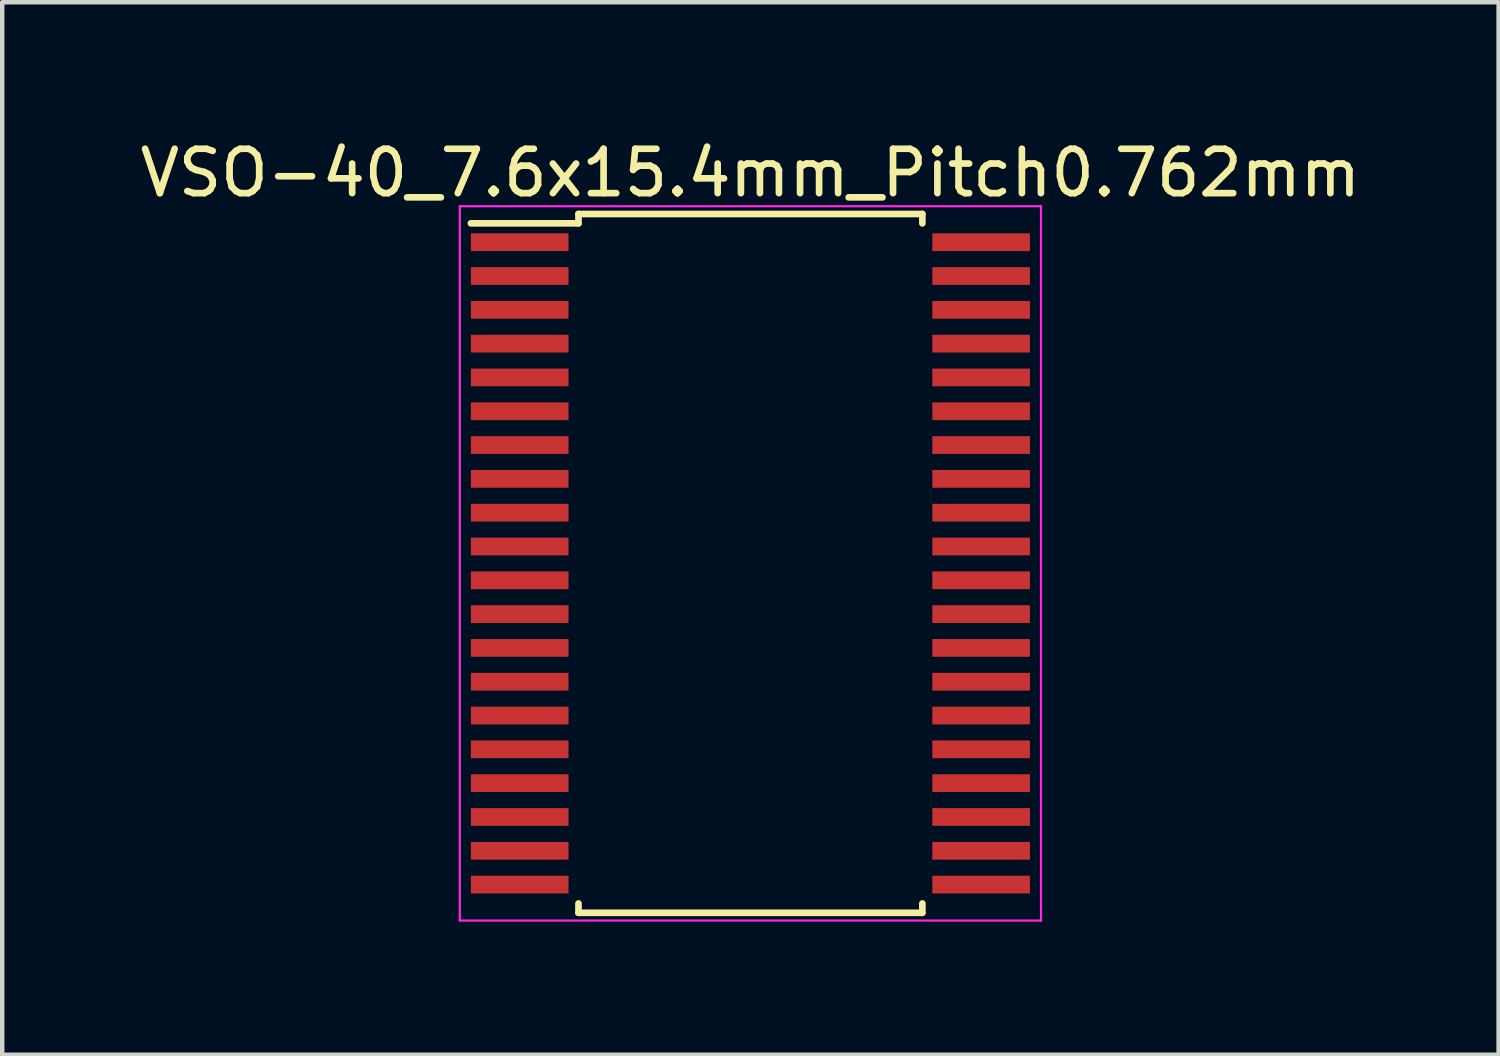
<source format=kicad_pcb>
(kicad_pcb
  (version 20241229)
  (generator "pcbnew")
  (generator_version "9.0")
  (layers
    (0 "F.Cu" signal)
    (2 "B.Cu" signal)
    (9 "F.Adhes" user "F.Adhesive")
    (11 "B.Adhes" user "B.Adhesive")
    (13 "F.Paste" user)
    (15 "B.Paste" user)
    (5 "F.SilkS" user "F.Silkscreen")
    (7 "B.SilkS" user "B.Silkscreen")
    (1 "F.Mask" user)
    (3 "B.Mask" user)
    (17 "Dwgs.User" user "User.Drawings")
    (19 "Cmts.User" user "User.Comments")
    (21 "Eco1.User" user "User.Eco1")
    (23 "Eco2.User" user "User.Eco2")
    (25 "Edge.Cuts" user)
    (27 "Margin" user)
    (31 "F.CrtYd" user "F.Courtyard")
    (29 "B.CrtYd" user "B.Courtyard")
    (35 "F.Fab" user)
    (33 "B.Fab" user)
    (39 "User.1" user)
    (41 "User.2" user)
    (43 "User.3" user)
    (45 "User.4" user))
  (footprint "VSO-40_7.6x15.4mm_Pitch0.762mm"
    (layer "F.Cu")
    (at 13.863 9.648)
    (property "Reference" "VSO-40_7.6x15.4mm_Pitch0.762mm" (at 0 -8.8 0) (layer "F.SilkS") (effects (font (size 1 1) (thickness 0.15))))
    (attr smd)
    (fp_line (start -3.875 -7.875) (end -3.875 -7.664) (stroke (width 0.15) (type solid)) (layer "F.SilkS"))
    (fp_line (start -3.875 -7.875) (end 3.875 -7.875) (stroke (width 0.15) (type solid)) (layer "F.SilkS"))
    (fp_line (start -3.875 -7.664) (end -6.3 -7.664) (stroke (width 0.15) (type solid)) (layer "F.SilkS"))
    (fp_line (start -3.875 7.875) (end -3.875 7.664) (stroke (width 0.15) (type solid)) (layer "F.SilkS"))
    (fp_line (start -3.875 7.875) (end 3.875 7.875) (stroke (width 0.15) (type solid)) (layer "F.SilkS"))
    (fp_line (start 3.875 -7.875) (end 3.875 -7.664) (stroke (width 0.15) (type solid)) (layer "F.SilkS"))
    (fp_line (start 3.875 7.875) (end 3.875 7.664) (stroke (width 0.15) (type solid)) (layer "F.SilkS"))
    (fp_line (start -6.55 -8.05) (end -6.55 8.05) (stroke (width 0.05) (type solid)) (layer "F.CrtYd"))
    (fp_line (start -6.55 -8.05) (end 6.55 -8.05) (stroke (width 0.05) (type solid)) (layer "F.CrtYd"))
    (fp_line (start -6.55 8.05) (end 6.55 8.05) (stroke (width 0.05) (type solid)) (layer "F.CrtYd"))
    (fp_line (start 6.55 -8.05) (end 6.55 8.05) (stroke (width 0.05) (type solid)) (layer "F.CrtYd"))
    (pad "1" smd rect (at -5.2 -7.239) (size 2.2 0.4) (layers "F.Cu" "F.Mask" "F.Paste"))
    (pad "2" smd rect (at -5.2 -6.477) (size 2.2 0.4) (layers "F.Cu" "F.Mask" "F.Paste"))
    (pad "3" smd rect (at -5.2 -5.715) (size 2.2 0.4) (layers "F.Cu" "F.Mask" "F.Paste"))
    (pad "4" smd rect (at -5.2 -4.953) (size 2.2 0.4) (layers "F.Cu" "F.Mask" "F.Paste"))
    (pad "5" smd rect (at -5.2 -4.191) (size 2.2 0.4) (layers "F.Cu" "F.Mask" "F.Paste"))
    (pad "6" smd rect (at -5.2 -3.429) (size 2.2 0.4) (layers "F.Cu" "F.Mask" "F.Paste"))
    (pad "7" smd rect (at -5.2 -2.667) (size 2.2 0.4) (layers "F.Cu" "F.Mask" "F.Paste"))
    (pad "8" smd rect (at -5.2 -1.905) (size 2.2 0.4) (layers "F.Cu" "F.Mask" "F.Paste"))
    (pad "9" smd rect (at -5.2 -1.143) (size 2.2 0.4) (layers "F.Cu" "F.Mask" "F.Paste"))
    (pad "10" smd rect (at -5.2 -0.381) (size 2.2 0.4) (layers "F.Cu" "F.Mask" "F.Paste"))
    (pad "11" smd rect (at -5.2 0.381) (size 2.2 0.4) (layers "F.Cu" "F.Mask" "F.Paste"))
    (pad "12" smd rect (at -5.2 1.143) (size 2.2 0.4) (layers "F.Cu" "F.Mask" "F.Paste"))
    (pad "13" smd rect (at -5.2 1.905) (size 2.2 0.4) (layers "F.Cu" "F.Mask" "F.Paste"))
    (pad "14" smd rect (at -5.2 2.667) (size 2.2 0.4) (layers "F.Cu" "F.Mask" "F.Paste"))
    (pad "15" smd rect (at -5.2 3.429) (size 2.2 0.4) (layers "F.Cu" "F.Mask" "F.Paste"))
    (pad "16" smd rect (at -5.2 4.191) (size 2.2 0.4) (layers "F.Cu" "F.Mask" "F.Paste"))
    (pad "17" smd rect (at -5.2 4.953) (size 2.2 0.4) (layers "F.Cu" "F.Mask" "F.Paste"))
    (pad "18" smd rect (at -5.2 5.715) (size 2.2 0.4) (layers "F.Cu" "F.Mask" "F.Paste"))
    (pad "19" smd rect (at -5.2 6.477) (size 2.2 0.4) (layers "F.Cu" "F.Mask" "F.Paste"))
    (pad "20" smd rect (at -5.2 7.239) (size 2.2 0.4) (layers "F.Cu" "F.Mask" "F.Paste"))
    (pad "21" smd rect (at 5.2 7.239) (size 2.2 0.4) (layers "F.Cu" "F.Mask" "F.Paste"))
    (pad "22" smd rect (at 5.2 6.477) (size 2.2 0.4) (layers "F.Cu" "F.Mask" "F.Paste"))
    (pad "23" smd rect (at 5.2 5.715) (size 2.2 0.4) (layers "F.Cu" "F.Mask" "F.Paste"))
    (pad "24" smd rect (at 5.2 4.953) (size 2.2 0.4) (layers "F.Cu" "F.Mask" "F.Paste"))
    (pad "25" smd rect (at 5.2 4.191) (size 2.2 0.4) (layers "F.Cu" "F.Mask" "F.Paste"))
    (pad "26" smd rect (at 5.2 3.429) (size 2.2 0.4) (layers "F.Cu" "F.Mask" "F.Paste"))
    (pad "27" smd rect (at 5.2 2.667) (size 2.2 0.4) (layers "F.Cu" "F.Mask" "F.Paste"))
    (pad "28" smd rect (at 5.2 1.905) (size 2.2 0.4) (layers "F.Cu" "F.Mask" "F.Paste"))
    (pad "29" smd rect (at 5.2 1.143) (size 2.2 0.4) (layers "F.Cu" "F.Mask" "F.Paste"))
    (pad "30" smd rect (at 5.2 0.381) (size 2.2 0.4) (layers "F.Cu" "F.Mask" "F.Paste"))
    (pad "31" smd rect (at 5.2 -0.381) (size 2.2 0.4) (layers "F.Cu" "F.Mask" "F.Paste"))
    (pad "32" smd rect (at 5.2 -1.143) (size 2.2 0.4) (layers "F.Cu" "F.Mask" "F.Paste"))
    (pad "33" smd rect (at 5.2 -1.905) (size 2.2 0.4) (layers "F.Cu" "F.Mask" "F.Paste"))
    (pad "34" smd rect (at 5.2 -2.667) (size 2.2 0.4) (layers "F.Cu" "F.Mask" "F.Paste"))
    (pad "35" smd rect (at 5.2 -3.429) (size 2.2 0.4) (layers "F.Cu" "F.Mask" "F.Paste"))
    (pad "36" smd rect (at 5.2 -4.191) (size 2.2 0.4) (layers "F.Cu" "F.Mask" "F.Paste"))
    (pad "37" smd rect (at 5.2 -4.953) (size 2.2 0.4) (layers "F.Cu" "F.Mask" "F.Paste"))
    (pad "38" smd rect (at 5.2 -5.715) (size 2.2 0.4) (layers "F.Cu" "F.Mask" "F.Paste"))
    (pad "39" smd rect (at 5.2 -6.477) (size 2.2 0.4) (layers "F.Cu" "F.Mask" "F.Paste"))
    (pad "40" smd rect (at 5.2 -7.239) (size 2.2 0.4) (layers "F.Cu" "F.Mask" "F.Paste")))
  (gr_rect
    (start -3 -3)
    (end 30.726 20.723)
    (stroke (width 0.1) (type default))
    (fill no)
    (layer "Edge.Cuts")))
</source>
